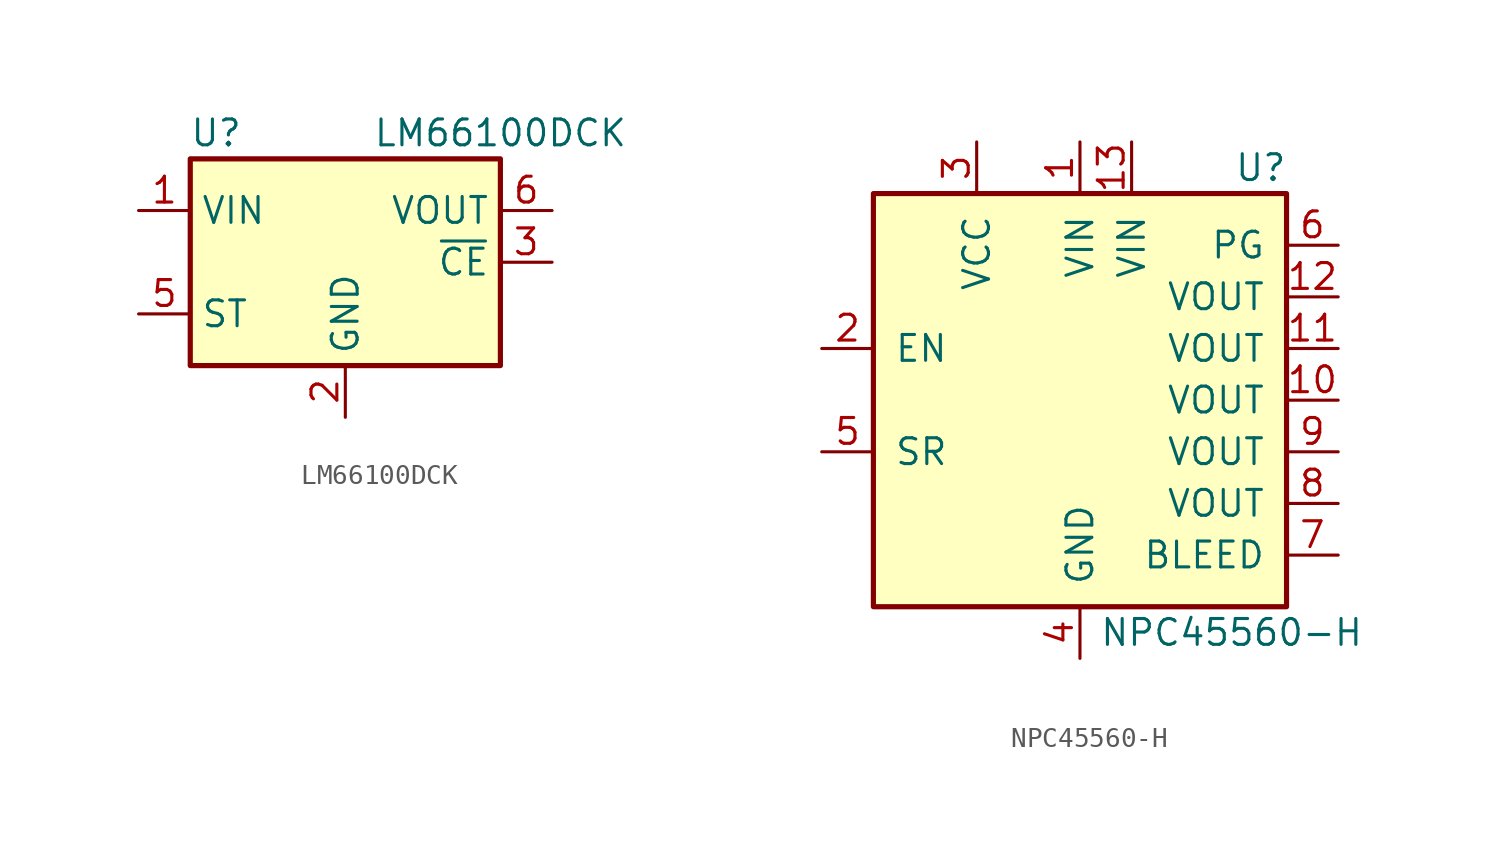
<source format=kicad_sym>
(kicad_symbol_lib
  (version 20220914)
  (generator kicad_symbol_editor)
  (symbol "LM66100DCK"
    (property "Reference" "U"
      (at -6.35 6.35 0)
      (effects (font (size 1.27 1.27))))
    (property "Value" "LM66100DCK"
      (at 7.62 6.35 0)
      (effects (font (size 1.27 1.27))))
    (symbol "LM66100DCK_1_1"
      (rectangle (start -7.62 -5.08) (end 7.62 5.08) (stroke (width 0.254) (type default)) (fill (type background)))
      (pin power_in line (at -10.16 2.54 0) (length 2.54) (name "VIN" (effects (font (size 1.27 1.27)))) (number "1" (effects (font (size 1.27 1.27)))))
      (pin power_in line (at 0 -7.62 90) (length 2.54) (name "GND" (effects (font (size 1.27 1.27)))) (number "2" (effects (font (size 1.27 1.27)))))
      (pin input line (at 10.16 0 180) (length 2.54) (name "~{CE}" (effects (font (size 1.27 1.27)))) (number "3" (effects (font (size 1.27 1.27)))))
      (pin no_connect line (at 7.62 -2.54 180) (length 2.54) hide (name "NC" (effects (font (size 1.27 1.27)))) (number "4" (effects (font (size 1.27 1.27)))))
      (pin passive line (at -10.16 -2.54 0) (length 2.54) (name "ST" (effects (font (size 1.27 1.27)))) (number "5" (effects (font (size 1.27 1.27)))))
      (pin passive line (at 10.16 2.54 180) (length 2.54) (name "VOUT" (effects (font (size 1.27 1.27)))) (number "6" (effects (font (size 1.27 1.27)))))))
  (symbol "NPC45560-H"
    (pin_names
      (offset 1.016))
    (property "Reference" "U"
      (at 8.89 11.43 0)
      (effects (font (size 1.27 1.27))))
    (property "Value" "NPC45560-H"
      (at 13.97 -11.43 0)
      (effects (font (size 1.27 1.27)) (justify right)))
    (symbol "NPC45560-H_0_1"
      (rectangle (start -10.16 10.16) (end 10.16 -10.16) (stroke (width 0.254) (type default)) (fill (type background))))
    (symbol "NPC45560-H_1_1"
      (pin power_in line (at 0 12.7 270) (length 2.54) (name "VIN" (effects (font (size 1.27 1.27)))) (number "1" (effects (font (size 1.27 1.27)))))
      (pin passive line (at 12.7 0 180) (length 2.54) (name "VOUT" (effects (font (size 1.27 1.27)))) (number "10" (effects (font (size 1.27 1.27)))))
      (pin passive line (at 12.7 2.54 180) (length 2.54) (name "VOUT" (effects (font (size 1.27 1.27)))) (number "11" (effects (font (size 1.27 1.27)))))
      (pin power_out line (at 12.7 5.08 180) (length 2.54) (name "VOUT" (effects (font (size 1.27 1.27)))) (number "12" (effects (font (size 1.27 1.27)))))
      (pin power_in line (at 2.54 12.7 270) (length 2.54) (name "VIN" (effects (font (size 1.27 1.27)))) (number "13" (effects (font (size 1.27 1.27)))))
      (pin input line (at -12.7 2.54 0) (length 2.54) (name "EN" (effects (font (size 1.27 1.27)))) (number "2" (effects (font (size 1.27 1.27)))))
      (pin power_in line (at -5.08 12.7 270) (length 2.54) (name "VCC" (effects (font (size 1.27 1.27)))) (number "3" (effects (font (size 1.27 1.27)))))
      (pin power_in line (at 0 -12.7 90) (length 2.54) (name "GND" (effects (font (size 1.27 1.27)))) (number "4" (effects (font (size 1.27 1.27)))))
      (pin input line (at -12.7 -2.54 0) (length 2.54) (name "SR" (effects (font (size 1.27 1.27)))) (number "5" (effects (font (size 1.27 1.27)))))
      (pin open_collector line (at 12.7 7.62 180) (length 2.54) (name "PG" (effects (font (size 1.27 1.27)))) (number "6" (effects (font (size 1.27 1.27)))))
      (pin input line (at 12.7 -7.62 180) (length 2.54) (name "BLEED" (effects (font (size 1.27 1.27)))) (number "7" (effects (font (size 1.27 1.27)))))
      (pin passive line (at 12.7 -5.08 180) (length 2.54) (name "VOUT" (effects (font (size 1.27 1.27)))) (number "8" (effects (font (size 1.27 1.27)))))
      (pin passive line (at 12.7 -2.54 180) (length 2.54) (name "VOUT" (effects (font (size 1.27 1.27)))) (number "9" (effects (font (size 1.27 1.27))))))))
</source>
